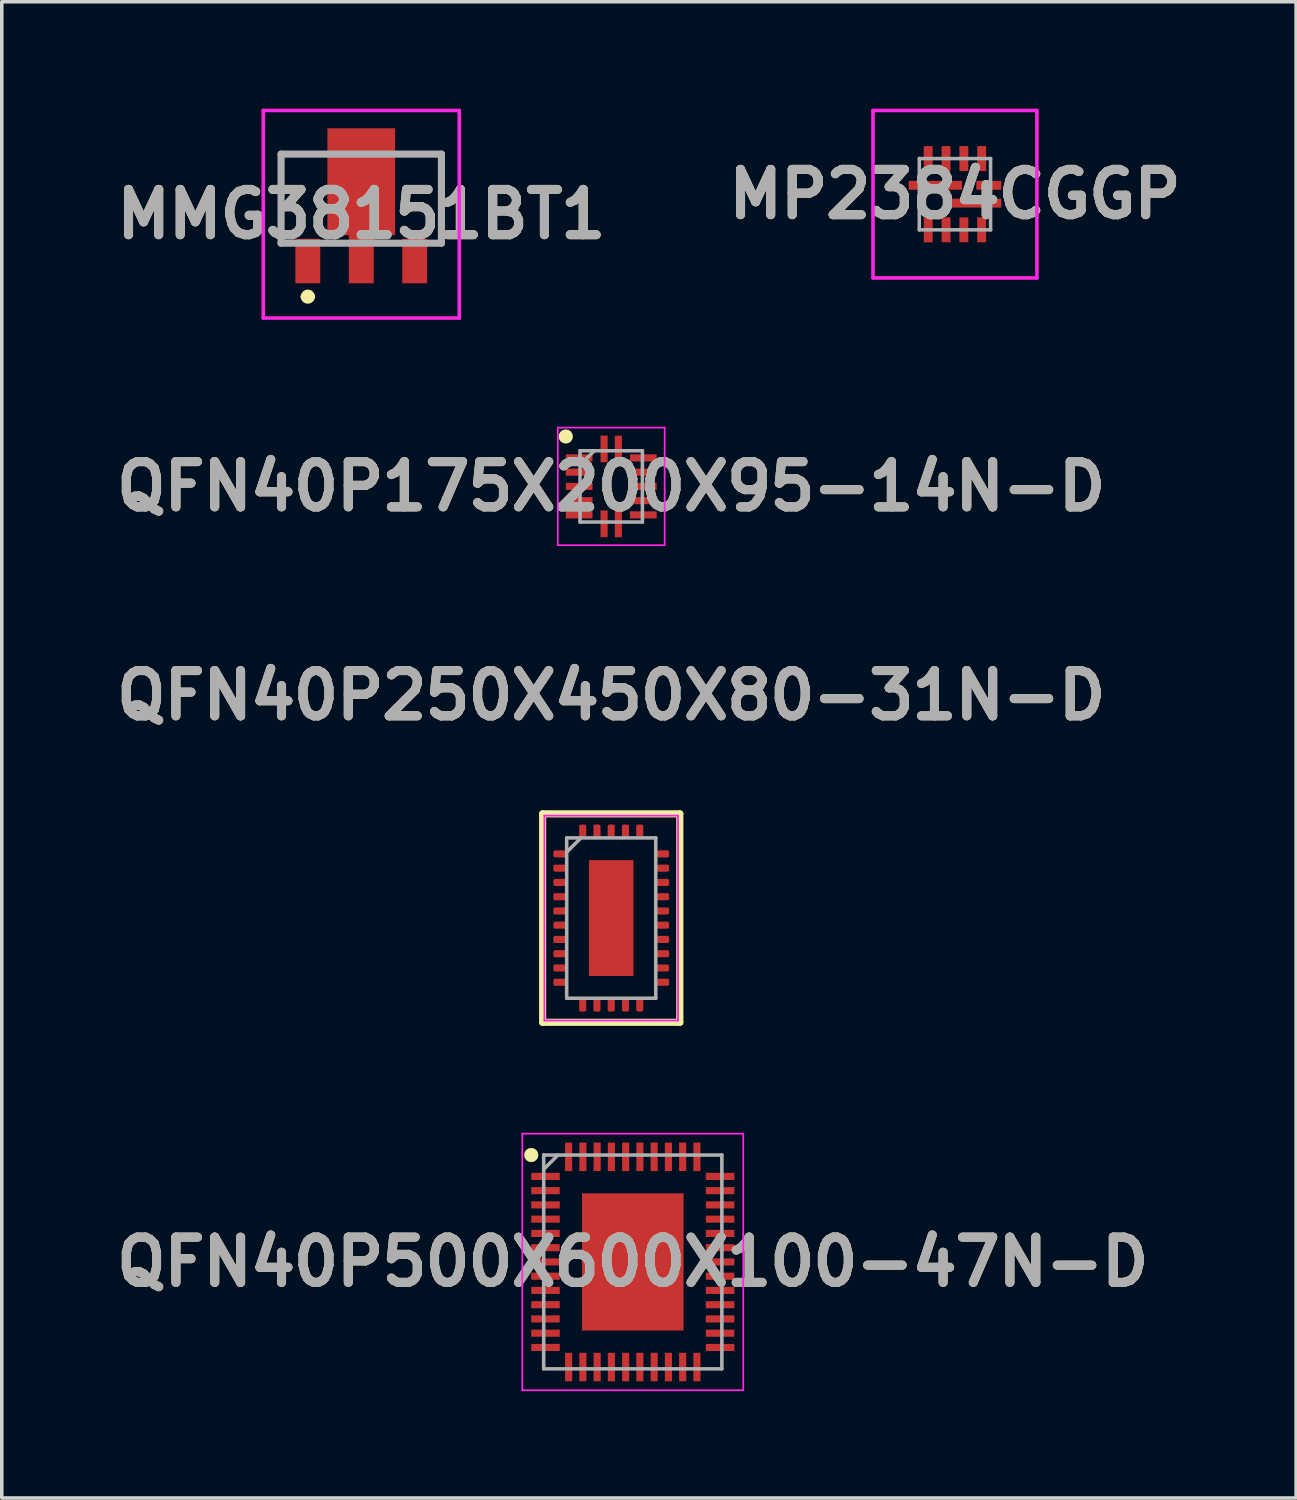
<source format=kicad_pcb>
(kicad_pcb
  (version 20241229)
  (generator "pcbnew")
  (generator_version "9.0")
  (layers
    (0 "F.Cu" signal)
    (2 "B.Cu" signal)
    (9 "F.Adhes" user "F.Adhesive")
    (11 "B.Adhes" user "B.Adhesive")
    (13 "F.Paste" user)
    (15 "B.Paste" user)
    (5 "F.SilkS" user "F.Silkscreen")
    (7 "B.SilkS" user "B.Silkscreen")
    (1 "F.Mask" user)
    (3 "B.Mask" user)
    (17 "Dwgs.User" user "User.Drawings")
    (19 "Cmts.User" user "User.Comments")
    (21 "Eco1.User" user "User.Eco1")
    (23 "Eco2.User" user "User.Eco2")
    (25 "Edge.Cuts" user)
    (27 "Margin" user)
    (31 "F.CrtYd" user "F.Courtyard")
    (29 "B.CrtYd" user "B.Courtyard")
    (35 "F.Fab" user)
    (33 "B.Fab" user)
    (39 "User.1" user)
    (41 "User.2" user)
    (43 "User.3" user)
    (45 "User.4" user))
  (footprint "MMG38151BT1"
    (layer "F.Cu")
    (at 7.088 3.775)
    (property "Reference" "MMG38151BT1" (at 0 -0.813 0) (layer "F.SilkS") (effects (font (size 1.27 1.27) (thickness 0.254))))
    (attr smd)
    (fp_line (start -2.25 -2.5) (end -2.25 0) (stroke (width 0.1) (type solid)) (layer "F.SilkS"))
    (fp_line (start -1.6 1.5) (end -1.6 1.5) (stroke (width 0.2) (type solid)) (layer "F.SilkS"))
    (fp_line (start -1.5 -2.5) (end -2.25 -2.5) (stroke (width 0.1) (type solid)) (layer "F.SilkS"))
    (fp_line (start -1.4 1.5) (end -1.4 1.5) (stroke (width 0.2) (type solid)) (layer "F.SilkS"))
    (fp_line (start 1.5 -2.5) (end 2.25 -2.5) (stroke (width 0.1) (type solid)) (layer "F.SilkS"))
    (fp_line (start 2.25 -2.5) (end 2.25 0) (stroke (width 0.1) (type solid)) (layer "F.SilkS"))
    (fp_arc (start -1.6 1.5) (mid -1.5 1.4) (end -1.4 1.5) (stroke (width 0.2) (type solid)) (layer "F.SilkS"))
    (fp_arc (start -1.4 1.5) (mid -1.5 1.6) (end -1.6 1.5) (stroke (width 0.2) (type solid)) (layer "F.SilkS"))
    (fp_line (start -2.75 -3.725) (end 2.75 -3.725) (stroke (width 0.1) (type solid)) (layer "F.CrtYd"))
    (fp_line (start -2.75 2.1) (end -2.75 -3.725) (stroke (width 0.1) (type solid)) (layer "F.CrtYd"))
    (fp_line (start 2.75 -3.725) (end 2.75 2.1) (stroke (width 0.1) (type solid)) (layer "F.CrtYd"))
    (fp_line (start 2.75 2.1) (end -2.75 2.1) (stroke (width 0.1) (type solid)) (layer "F.CrtYd"))
    (fp_line (start -2.25 -2.5) (end 2.25 -2.5) (stroke (width 0.2) (type solid)) (layer "F.Fab"))
    (fp_line (start -2.25 0) (end -2.25 -2.5) (stroke (width 0.2) (type solid)) (layer "F.Fab"))
    (fp_line (start 2.25 -2.5) (end 2.25 0) (stroke (width 0.2) (type solid)) (layer "F.Fab"))
    (fp_line (start 2.25 0) (end -2.25 0) (stroke (width 0.2) (type solid)) (layer "F.Fab"))
    (fp_text user "${REFERENCE}" (at 0 -0.813 0) (layer "F.Fab") (effects (font (size 1.27 1.27) (thickness 0.254))))
    (pad "1" smd rect (at -1.5 0.5) (size 0.7 1.25) (layers "F.Cu" "F.Mask" "F.Paste"))
    (pad "2" smd rect (at 0 0.45) (size 0.7 1.35) (layers "F.Cu" "F.Mask" "F.Paste"))
    (pad "3" smd rect (at 1.5 0.5) (size 0.7 1.25) (layers "F.Cu" "F.Mask" "F.Paste"))
    (pad "4" smd rect (at 0 -1.725) (size 1.9 3) (layers "F.Cu" "F.Mask" "F.Paste")))
  (footprint "MP2384CGGP"
    (layer "F.Cu")
    (at 23.749 2.4)
    (property "Reference" "MP2384CGGP" (at 0 0 0) (layer "F.SilkS") (effects (font (size 1.27 1.27) (thickness 0.254))))
    (attr smd)
    (fp_line (start -1.7 -0.25) (end -1.7 -0.25) (stroke (width 0.1) (type solid)) (layer "F.SilkS"))
    (fp_line (start -1.6 -0.25) (end -1.6 -0.25) (stroke (width 0.1) (type solid)) (layer "F.SilkS"))
    (fp_arc (start -1.7 -0.25) (mid -1.65 -0.3) (end -1.6 -0.25) (stroke (width 0.1) (type solid)) (layer "F.SilkS"))
    (fp_arc (start -1.6 -0.25) (mid -1.65 -0.2) (end -1.7 -0.25) (stroke (width 0.1) (type solid)) (layer "F.SilkS"))
    (fp_line (start -2.3 -2.35) (end 2.3 -2.35) (stroke (width 0.1) (type solid)) (layer "F.CrtYd"))
    (fp_line (start -2.3 2.35) (end -2.3 -2.35) (stroke (width 0.1) (type solid)) (layer "F.CrtYd"))
    (fp_line (start 2.3 -2.35) (end 2.3 2.35) (stroke (width 0.1) (type solid)) (layer "F.CrtYd"))
    (fp_line (start 2.3 2.35) (end -2.3 2.35) (stroke (width 0.1) (type solid)) (layer "F.CrtYd"))
    (fp_line (start -1 -1) (end 1 -1) (stroke (width 0.1) (type solid)) (layer "F.Fab"))
    (fp_line (start -1 1) (end -1 -1) (stroke (width 0.1) (type solid)) (layer "F.Fab"))
    (fp_line (start 1 -1) (end 1 1) (stroke (width 0.1) (type solid)) (layer "F.Fab"))
    (fp_line (start 1 1) (end -1 1) (stroke (width 0.1) (type solid)) (layer "F.Fab"))
    (fp_text user "${REFERENCE}" (at 0 0 0) (layer "F.Fab") (effects (font (size 1.27 1.27) (thickness 0.254))))
    (pad "1" smd rect (at -0.55 -0.25 90) (size 0.25 1.5) (layers "F.Cu" "F.Mask" "F.Paste"))
    (pad "2" smd rect (at -0.75 1) (size 0.25 0.7) (layers "F.Cu" "F.Mask" "F.Paste"))
    (pad "3" smd rect (at -0.25 1) (size 0.25 0.7) (layers "F.Cu" "F.Mask" "F.Paste"))
    (pad "4" smd rect (at 0.25 1) (size 0.25 0.7) (layers "F.Cu" "F.Mask" "F.Paste"))
    (pad "5" smd rect (at 0.75 1) (size 0.25 0.7) (layers "F.Cu" "F.Mask" "F.Paste"))
    (pad "6" smd rect (at 0.55 0.25 90) (size 0.25 1.5) (layers "F.Cu" "F.Mask" "F.Paste"))
    (pad "7" smd rect (at 0.95 -0.25 90) (size 0.25 0.7) (layers "F.Cu" "F.Mask" "F.Paste"))
    (pad "8" smd rect (at 0.75 -1) (size 0.25 0.7) (layers "F.Cu" "F.Mask" "F.Paste"))
    (pad "9" smd rect (at 0.25 -1) (size 0.25 0.7) (layers "F.Cu" "F.Mask" "F.Paste"))
    (pad "10" smd rect (at -0.25 -1) (size 0.25 0.7) (layers "F.Cu" "F.Mask" "F.Paste"))
    (pad "11" smd rect (at -0.75 -1) (size 0.25 0.7) (layers "F.Cu" "F.Mask" "F.Paste")))
  (footprint "QFN40P500X600X100-47N-D"
    (layer "F.Cu")
    (at 14.708 32.364)
    (property "Reference" "QFN40P500X600X100-47N-D" (at 0 0 0) (layer "F.SilkS") (effects (font (size 1.27 1.27) (thickness 0.254))))
    (attr smd)
    (fp_circle (center -2.85 -3) (end -2.85 -2.9) (stroke (width 0.2) (type solid)) (fill no) (layer "F.SilkS"))
    (fp_line (start -3.1 -3.6) (end 3.1 -3.6) (stroke (width 0.05) (type solid)) (layer "F.CrtYd"))
    (fp_line (start -3.1 3.6) (end -3.1 -3.6) (stroke (width 0.05) (type solid)) (layer "F.CrtYd"))
    (fp_line (start 3.1 -3.6) (end 3.1 3.6) (stroke (width 0.05) (type solid)) (layer "F.CrtYd"))
    (fp_line (start 3.1 3.6) (end -3.1 3.6) (stroke (width 0.05) (type solid)) (layer "F.CrtYd"))
    (fp_line (start -2.5 -3) (end 2.5 -3) (stroke (width 0.1) (type solid)) (layer "F.Fab"))
    (fp_line (start -2.5 -2.6) (end -2.1 -3) (stroke (width 0.1) (type solid)) (layer "F.Fab"))
    (fp_line (start -2.5 3) (end -2.5 -3) (stroke (width 0.1) (type solid)) (layer "F.Fab"))
    (fp_line (start 2.5 -3) (end 2.5 3) (stroke (width 0.1) (type solid)) (layer "F.Fab"))
    (fp_line (start 2.5 3) (end -2.5 3) (stroke (width 0.1) (type solid)) (layer "F.Fab"))
    (fp_text user "${REFERENCE}" (at 0 0 0) (layer "F.Fab") (effects (font (size 1.27 1.27) (thickness 0.254))))
    (pad "1" smd rect (at -2.45 -2.4 90) (size 0.2 0.8) (layers "F.Cu" "F.Mask" "F.Paste"))
    (pad "2" smd rect (at -2.45 -2 90) (size 0.2 0.8) (layers "F.Cu" "F.Mask" "F.Paste"))
    (pad "3" smd rect (at -2.45 -1.6 90) (size 0.2 0.8) (layers "F.Cu" "F.Mask" "F.Paste"))
    (pad "4" smd rect (at -2.45 -1.2 90) (size 0.2 0.8) (layers "F.Cu" "F.Mask" "F.Paste"))
    (pad "5" smd rect (at -2.45 -0.8 90) (size 0.2 0.8) (layers "F.Cu" "F.Mask" "F.Paste"))
    (pad "6" smd rect (at -2.45 -0.4 90) (size 0.2 0.8) (layers "F.Cu" "F.Mask" "F.Paste"))
    (pad "7" smd rect (at -2.45 0 90) (size 0.2 0.8) (layers "F.Cu" "F.Mask" "F.Paste"))
    (pad "8" smd rect (at -2.45 0.4 90) (size 0.2 0.8) (layers "F.Cu" "F.Mask" "F.Paste"))
    (pad "9" smd rect (at -2.45 0.8 90) (size 0.2 0.8) (layers "F.Cu" "F.Mask" "F.Paste"))
    (pad "10" smd rect (at -2.45 1.2 90) (size 0.2 0.8) (layers "F.Cu" "F.Mask" "F.Paste"))
    (pad "11" smd rect (at -2.45 1.6 90) (size 0.2 0.8) (layers "F.Cu" "F.Mask" "F.Paste"))
    (pad "12" smd rect (at -2.45 2 90) (size 0.2 0.8) (layers "F.Cu" "F.Mask" "F.Paste"))
    (pad "13" smd rect (at -2.45 2.4 90) (size 0.2 0.8) (layers "F.Cu" "F.Mask" "F.Paste"))
    (pad "14" smd rect (at -1.8 2.95) (size 0.2 0.8) (layers "F.Cu" "F.Mask" "F.Paste"))
    (pad "15" smd rect (at -1.4 2.95) (size 0.2 0.8) (layers "F.Cu" "F.Mask" "F.Paste"))
    (pad "16" smd rect (at -1 2.95) (size 0.2 0.8) (layers "F.Cu" "F.Mask" "F.Paste"))
    (pad "17" smd rect (at -0.6 2.95) (size 0.2 0.8) (layers "F.Cu" "F.Mask" "F.Paste"))
    (pad "18" smd rect (at -0.2 2.95) (size 0.2 0.8) (layers "F.Cu" "F.Mask" "F.Paste"))
    (pad "19" smd rect (at 0.2 2.95) (size 0.2 0.8) (layers "F.Cu" "F.Mask" "F.Paste"))
    (pad "20" smd rect (at 0.6 2.95) (size 0.2 0.8) (layers "F.Cu" "F.Mask" "F.Paste"))
    (pad "21" smd rect (at 1 2.95) (size 0.2 0.8) (layers "F.Cu" "F.Mask" "F.Paste"))
    (pad "22" smd rect (at 1.4 2.95) (size 0.2 0.8) (layers "F.Cu" "F.Mask" "F.Paste"))
    (pad "23" smd rect (at 1.8 2.95) (size 0.2 0.8) (layers "F.Cu" "F.Mask" "F.Paste"))
    (pad "24" smd rect (at 2.45 2.4 90) (size 0.2 0.8) (layers "F.Cu" "F.Mask" "F.Paste"))
    (pad "25" smd rect (at 2.45 2 90) (size 0.2 0.8) (layers "F.Cu" "F.Mask" "F.Paste"))
    (pad "26" smd rect (at 2.45 1.6 90) (size 0.2 0.8) (layers "F.Cu" "F.Mask" "F.Paste"))
    (pad "27" smd rect (at 2.45 1.2 90) (size 0.2 0.8) (layers "F.Cu" "F.Mask" "F.Paste"))
    (pad "28" smd rect (at 2.45 0.8 90) (size 0.2 0.8) (layers "F.Cu" "F.Mask" "F.Paste"))
    (pad "29" smd rect (at 2.45 0.4 90) (size 0.2 0.8) (layers "F.Cu" "F.Mask" "F.Paste"))
    (pad "30" smd rect (at 2.45 0 90) (size 0.2 0.8) (layers "F.Cu" "F.Mask" "F.Paste"))
    (pad "31" smd rect (at 2.45 -0.4 90) (size 0.2 0.8) (layers "F.Cu" "F.Mask" "F.Paste"))
    (pad "32" smd rect (at 2.45 -0.8 90) (size 0.2 0.8) (layers "F.Cu" "F.Mask" "F.Paste"))
    (pad "33" smd rect (at 2.45 -1.2 90) (size 0.2 0.8) (layers "F.Cu" "F.Mask" "F.Paste"))
    (pad "34" smd rect (at 2.45 -1.6 90) (size 0.2 0.8) (layers "F.Cu" "F.Mask" "F.Paste"))
    (pad "35" smd rect (at 2.45 -2 90) (size 0.2 0.8) (layers "F.Cu" "F.Mask" "F.Paste"))
    (pad "36" smd rect (at 2.45 -2.4 90) (size 0.2 0.8) (layers "F.Cu" "F.Mask" "F.Paste"))
    (pad "37" smd rect (at 1.8 -2.95) (size 0.2 0.8) (layers "F.Cu" "F.Mask" "F.Paste"))
    (pad "38" smd rect (at 1.4 -2.95) (size 0.2 0.8) (layers "F.Cu" "F.Mask" "F.Paste"))
    (pad "39" smd rect (at 1 -2.95) (size 0.2 0.8) (layers "F.Cu" "F.Mask" "F.Paste"))
    (pad "40" smd rect (at 0.6 -2.95) (size 0.2 0.8) (layers "F.Cu" "F.Mask" "F.Paste"))
    (pad "41" smd rect (at 0.2 -2.95) (size 0.2 0.8) (layers "F.Cu" "F.Mask" "F.Paste"))
    (pad "42" smd rect (at -0.2 -2.95) (size 0.2 0.8) (layers "F.Cu" "F.Mask" "F.Paste"))
    (pad "43" smd rect (at -0.6 -2.95) (size 0.2 0.8) (layers "F.Cu" "F.Mask" "F.Paste"))
    (pad "44" smd rect (at -1 -2.95) (size 0.2 0.8) (layers "F.Cu" "F.Mask" "F.Paste"))
    (pad "45" smd rect (at -1.4 -2.95) (size 0.2 0.8) (layers "F.Cu" "F.Mask" "F.Paste"))
    (pad "46" smd rect (at -1.8 -2.95) (size 0.2 0.8) (layers "F.Cu" "F.Mask" "F.Paste"))
    (pad "47" smd rect (at 0 0) (size 2.85 3.85) (layers "F.Cu" "F.Mask" "F.Paste")))
  (footprint "QFN40P250X450X80-31N-D"
    (layer "F.Cu")
    (at 14.103 22.714)
    (property "Reference" "QFN40P250X450X80-31N-D" (at 0 -6.25 0) (layer "F.SilkS") (effects (font (size 1.27 1.27) (thickness 0.254))))
    (attr smd)
    (fp_line (start -1.925 -2.925) (end 1.925 -2.925) (stroke (width 0.2) (type solid)) (layer "F.SilkS"))
    (fp_line (start -1.925 2.925) (end -1.925 -2.925) (stroke (width 0.2) (type solid)) (layer "F.SilkS"))
    (fp_line (start 1.925 -2.925) (end 1.925 2.925) (stroke (width 0.2) (type solid)) (layer "F.SilkS"))
    (fp_line (start 1.925 2.925) (end -1.925 2.925) (stroke (width 0.2) (type solid)) (layer "F.SilkS"))
    (fp_line (start -1.875 -2.875) (end 1.875 -2.875) (stroke (width 0.05) (type solid)) (layer "F.CrtYd"))
    (fp_line (start -1.875 2.875) (end -1.875 -2.875) (stroke (width 0.05) (type solid)) (layer "F.CrtYd"))
    (fp_line (start 1.875 -2.875) (end 1.875 2.875) (stroke (width 0.05) (type solid)) (layer "F.CrtYd"))
    (fp_line (start 1.875 2.875) (end -1.875 2.875) (stroke (width 0.05) (type solid)) (layer "F.CrtYd"))
    (fp_line (start -1.25 -2.25) (end 1.25 -2.25) (stroke (width 0.1) (type solid)) (layer "F.Fab"))
    (fp_line (start -1.25 -1.85) (end -0.85 -2.25) (stroke (width 0.1) (type solid)) (layer "F.Fab"))
    (fp_line (start -1.25 2.25) (end -1.25 -2.25) (stroke (width 0.1) (type solid)) (layer "F.Fab"))
    (fp_line (start 1.25 -2.25) (end 1.25 2.25) (stroke (width 0.1) (type solid)) (layer "F.Fab"))
    (fp_line (start 1.25 2.25) (end -1.25 2.25) (stroke (width 0.1) (type solid)) (layer "F.Fab"))
    (fp_text user "${REFERENCE}" (at 0 -6.25 0) (layer "F.Fab") (effects (font (size 1.27 1.27) (thickness 0.254))))
    (pad "1" smd roundrect (at -1.45 -1.8 90) (size 0.2 0.35) (layers "F.Cu" "F.Mask" "F.Paste") (roundrect_rratio 0.25))
    (pad "2" smd roundrect (at -1.45 -1.4 90) (size 0.2 0.35) (layers "F.Cu" "F.Mask" "F.Paste") (roundrect_rratio 0.25))
    (pad "3" smd roundrect (at -1.45 -1 90) (size 0.2 0.35) (layers "F.Cu" "F.Mask" "F.Paste") (roundrect_rratio 0.25))
    (pad "4" smd roundrect (at -1.45 -0.6 90) (size 0.2 0.35) (layers "F.Cu" "F.Mask" "F.Paste") (roundrect_rratio 0.25))
    (pad "5" smd roundrect (at -1.45 -0.2 90) (size 0.2 0.35) (layers "F.Cu" "F.Mask" "F.Paste") (roundrect_rratio 0.25))
    (pad "6" smd roundrect (at -1.45 0.2 90) (size 0.2 0.35) (layers "F.Cu" "F.Mask" "F.Paste") (roundrect_rratio 0.25))
    (pad "7" smd roundrect (at -1.45 0.6 90) (size 0.2 0.35) (layers "F.Cu" "F.Mask" "F.Paste") (roundrect_rratio 0.25))
    (pad "8" smd roundrect (at -1.45 1 90) (size 0.2 0.35) (layers "F.Cu" "F.Mask" "F.Paste") (roundrect_rratio 0.25))
    (pad "9" smd roundrect (at -1.45 1.4 90) (size 0.2 0.35) (layers "F.Cu" "F.Mask" "F.Paste") (roundrect_rratio 0.25))
    (pad "10" smd roundrect (at -1.45 1.8 90) (size 0.2 0.35) (layers "F.Cu" "F.Mask" "F.Paste") (roundrect_rratio 0.25))
    (pad "11" smd roundrect (at -0.8 2.45) (size 0.2 0.35) (layers "F.Cu" "F.Mask" "F.Paste") (roundrect_rratio 0.25))
    (pad "12" smd roundrect (at -0.4 2.45) (size 0.2 0.35) (layers "F.Cu" "F.Mask" "F.Paste") (roundrect_rratio 0.25))
    (pad "13" smd roundrect (at 0 2.45) (size 0.2 0.35) (layers "F.Cu" "F.Mask" "F.Paste") (roundrect_rratio 0.25))
    (pad "14" smd roundrect (at 0.4 2.45) (size 0.2 0.35) (layers "F.Cu" "F.Mask" "F.Paste") (roundrect_rratio 0.25))
    (pad "15" smd roundrect (at 0.8 2.45) (size 0.2 0.35) (layers "F.Cu" "F.Mask" "F.Paste") (roundrect_rratio 0.25))
    (pad "16" smd roundrect (at 1.45 1.8 90) (size 0.2 0.35) (layers "F.Cu" "F.Mask" "F.Paste") (roundrect_rratio 0.25))
    (pad "17" smd roundrect (at 1.45 1.4 90) (size 0.2 0.35) (layers "F.Cu" "F.Mask" "F.Paste") (roundrect_rratio 0.25))
    (pad "18" smd roundrect (at 1.45 1 90) (size 0.2 0.35) (layers "F.Cu" "F.Mask" "F.Paste") (roundrect_rratio 0.25))
    (pad "19" smd roundrect (at 1.45 0.6 90) (size 0.2 0.35) (layers "F.Cu" "F.Mask" "F.Paste") (roundrect_rratio 0.25))
    (pad "20" smd roundrect (at 1.45 0.2 90) (size 0.2 0.35) (layers "F.Cu" "F.Mask" "F.Paste") (roundrect_rratio 0.25))
    (pad "21" smd roundrect (at 1.45 -0.2 90) (size 0.2 0.35) (layers "F.Cu" "F.Mask" "F.Paste") (roundrect_rratio 0.25))
    (pad "22" smd roundrect (at 1.45 -0.6 90) (size 0.2 0.35) (layers "F.Cu" "F.Mask" "F.Paste") (roundrect_rratio 0.25))
    (pad "23" smd roundrect (at 1.45 -1 90) (size 0.2 0.35) (layers "F.Cu" "F.Mask" "F.Paste") (roundrect_rratio 0.25))
    (pad "24" smd roundrect (at 1.45 -1.4 90) (size 0.2 0.35) (layers "F.Cu" "F.Mask" "F.Paste") (roundrect_rratio 0.25))
    (pad "25" smd roundrect (at 1.45 -1.8 90) (size 0.2 0.35) (layers "F.Cu" "F.Mask" "F.Paste") (roundrect_rratio 0.25))
    (pad "26" smd roundrect (at 0.8 -2.45) (size 0.2 0.35) (layers "F.Cu" "F.Mask" "F.Paste") (roundrect_rratio 0.25))
    (pad "27" smd roundrect (at 0.4 -2.45) (size 0.2 0.35) (layers "F.Cu" "F.Mask" "F.Paste") (roundrect_rratio 0.25))
    (pad "28" smd roundrect (at 0 -2.45) (size 0.2 0.35) (layers "F.Cu" "F.Mask" "F.Paste") (roundrect_rratio 0.25))
    (pad "29" smd roundrect (at -0.4 -2.45) (size 0.2 0.35) (layers "F.Cu" "F.Mask" "F.Paste") (roundrect_rratio 0.25))
    (pad "30" smd roundrect (at -0.8 -2.45) (size 0.2 0.35) (layers "F.Cu" "F.Mask" "F.Paste") (roundrect_rratio 0.25))
    (pad "31" smd rect (at 0 0) (size 1.25 3.25) (layers "F.Cu" "F.Mask" "F.Paste")))
  (footprint "QFN40P175X200X95-14N-D"
    (layer "F.Cu")
    (at 14.103 10.6)
    (property "Reference" "QFN40P175X200X95-14N-D" (at 0 0 0) (layer "F.SilkS") (effects (font (size 1.27 1.27) (thickness 0.254))))
    (attr smd)
    (fp_circle (center -1.275 -1.4) (end -1.275 -1.3) (stroke (width 0.2) (type solid)) (fill no) (layer "F.SilkS"))
    (fp_line (start -1.5 -1.65) (end 1.5 -1.65) (stroke (width 0.05) (type solid)) (layer "F.CrtYd"))
    (fp_line (start -1.5 1.65) (end -1.5 -1.65) (stroke (width 0.05) (type solid)) (layer "F.CrtYd"))
    (fp_line (start 1.5 -1.65) (end 1.5 1.65) (stroke (width 0.05) (type solid)) (layer "F.CrtYd"))
    (fp_line (start 1.5 1.65) (end -1.5 1.65) (stroke (width 0.05) (type solid)) (layer "F.CrtYd"))
    (fp_line (start -0.875 -1) (end 0.875 -1) (stroke (width 0.1) (type solid)) (layer "F.Fab"))
    (fp_line (start -0.875 -0.6) (end -0.475 -1) (stroke (width 0.1) (type solid)) (layer "F.Fab"))
    (fp_line (start -0.875 1) (end -0.875 -1) (stroke (width 0.1) (type solid)) (layer "F.Fab"))
    (fp_line (start 0.875 -1) (end 0.875 1) (stroke (width 0.1) (type solid)) (layer "F.Fab"))
    (fp_line (start 0.875 1) (end -0.875 1) (stroke (width 0.1) (type solid)) (layer "F.Fab"))
    (fp_text user "${REFERENCE}" (at 0 0 0) (layer "F.Fab") (effects (font (size 1.27 1.27) (thickness 0.254))))
    (pad "1" smd rect (at -0.9 -0.8 90) (size 0.2 0.75) (layers "F.Cu" "F.Mask" "F.Paste"))
    (pad "2" smd rect (at -0.9 -0.4 90) (size 0.2 0.75) (layers "F.Cu" "F.Mask" "F.Paste"))
    (pad "3" smd rect (at -0.9 0 90) (size 0.2 0.75) (layers "F.Cu" "F.Mask" "F.Paste"))
    (pad "4" smd rect (at -0.9 0.4 90) (size 0.2 0.75) (layers "F.Cu" "F.Mask" "F.Paste"))
    (pad "5" smd rect (at -0.9 0.8 90) (size 0.2 0.75) (layers "F.Cu" "F.Mask" "F.Paste"))
    (pad "6" smd rect (at -0.2 1.05) (size 0.2 0.75) (layers "F.Cu" "F.Mask" "F.Paste"))
    (pad "7" smd rect (at 0.2 1.05) (size 0.2 0.75) (layers "F.Cu" "F.Mask" "F.Paste"))
    (pad "8" smd rect (at 0.9 0.8 90) (size 0.2 0.75) (layers "F.Cu" "F.Mask" "F.Paste"))
    (pad "9" smd rect (at 0.9 0.4 90) (size 0.2 0.75) (layers "F.Cu" "F.Mask" "F.Paste"))
    (pad "10" smd rect (at 0.9 0 90) (size 0.2 0.75) (layers "F.Cu" "F.Mask" "F.Paste"))
    (pad "11" smd rect (at 0.9 -0.4 90) (size 0.2 0.75) (layers "F.Cu" "F.Mask" "F.Paste"))
    (pad "12" smd rect (at 0.9 -0.8 90) (size 0.2 0.75) (layers "F.Cu" "F.Mask" "F.Paste"))
    (pad "13" smd rect (at 0.2 -1.05) (size 0.2 0.75) (layers "F.Cu" "F.Mask" "F.Paste"))
    (pad "14" smd rect (at -0.2 -1.05) (size 0.2 0.75) (layers "F.Cu" "F.Mask" "F.Paste")))
  (gr_rect
    (start -3 -3)
    (end 33.323 38.989)
    (stroke (width 0.1) (type default))
    (fill no)
    (layer "Edge.Cuts")))
</source>
